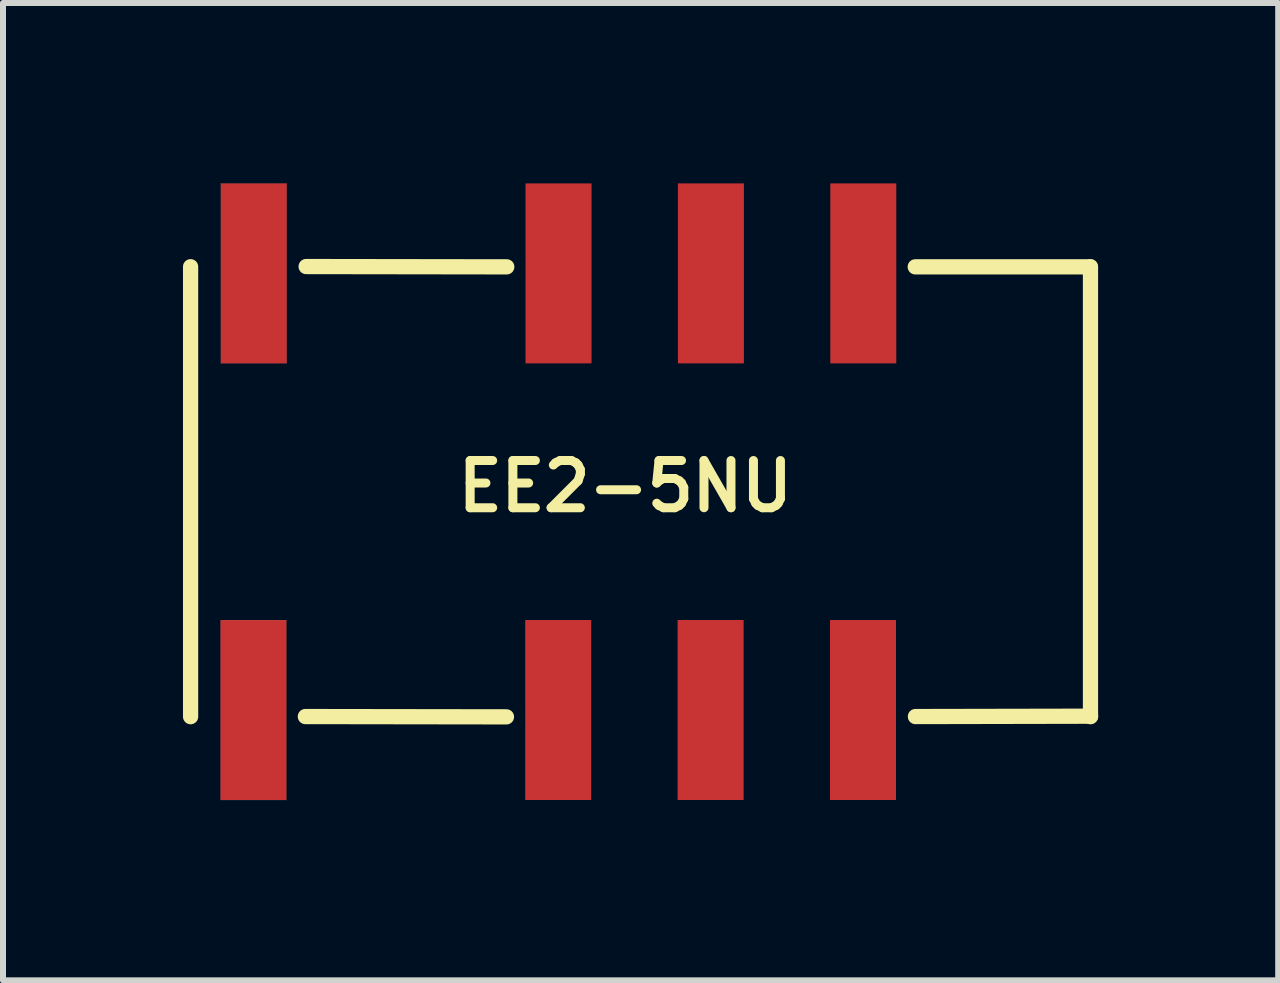
<source format=kicad_pcb>
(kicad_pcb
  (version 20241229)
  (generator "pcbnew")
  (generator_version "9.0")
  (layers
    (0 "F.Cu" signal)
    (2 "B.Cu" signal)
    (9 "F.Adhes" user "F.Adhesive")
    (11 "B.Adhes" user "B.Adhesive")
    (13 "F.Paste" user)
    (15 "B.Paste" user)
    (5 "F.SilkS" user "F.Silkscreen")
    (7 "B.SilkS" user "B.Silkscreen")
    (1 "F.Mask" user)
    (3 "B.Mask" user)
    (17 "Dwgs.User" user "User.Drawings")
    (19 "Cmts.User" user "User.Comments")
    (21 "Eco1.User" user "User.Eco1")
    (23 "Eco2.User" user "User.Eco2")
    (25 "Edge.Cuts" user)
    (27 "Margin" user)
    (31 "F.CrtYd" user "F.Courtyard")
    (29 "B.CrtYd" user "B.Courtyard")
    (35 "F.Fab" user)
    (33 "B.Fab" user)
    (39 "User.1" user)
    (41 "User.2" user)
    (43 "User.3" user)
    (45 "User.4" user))
  (footprint "EE2-5NU"
    (layer "F.Cu")
    (at 7.373 5.057)
    (property "Reference" "EE2-5NU" (at 0 0 0) (layer "F.SilkS") (effects (font (size 0.787 0.787) (thickness 0.15))))
    (attr smd)
    (fp_line (start -7.246 -3.661) (end -7.246 3.839) (stroke (width 0.254) (type solid)) (layer "F.SilkS"))
    (fp_line (start -5.333 3.837) (end -1.981 3.842) (stroke (width 0.254) (type solid)) (layer "F.SilkS"))
    (fp_line (start -5.32 -3.664) (end -1.976 -3.659) (stroke (width 0.254) (type solid)) (layer "F.SilkS"))
    (fp_line (start 7.749 -3.659) (end 4.833 -3.659) (stroke (width 0.254) (type solid)) (layer "F.SilkS"))
    (fp_line (start 7.754 3.839) (end 7.754 -3.661) (stroke (width 0.254) (type solid)) (layer "F.SilkS"))
    (fp_line (start 7.756 3.831) (end 4.836 3.837) (stroke (width 0.254) (type solid)) (layer "F.SilkS"))
    (fp_line (start -6.751 -5.056) (end -6.751 -2.056) (stroke (width 0.001) (type solid)) (layer "F.Fab"))
    (fp_line (start -6.751 -2.056) (end -5.641 -2.056) (stroke (width 0.001) (type solid)) (layer "F.Fab"))
    (fp_line (start -6.751 2.234) (end -6.751 5.234) (stroke (width 0.001) (type solid)) (layer "F.Fab"))
    (fp_line (start -6.751 5.234) (end -5.641 5.234) (stroke (width 0.001) (type solid)) (layer "F.Fab"))
    (fp_line (start -5.641 -5.056) (end -6.751 -5.056) (stroke (width 0.001) (type solid)) (layer "F.Fab"))
    (fp_line (start -5.641 -2.056) (end -5.641 -5.056) (stroke (width 0.001) (type solid)) (layer "F.Fab"))
    (fp_line (start -5.641 2.234) (end -6.751 2.234) (stroke (width 0.001) (type solid)) (layer "F.Fab"))
    (fp_line (start -5.641 5.234) (end -5.641 2.234) (stroke (width 0.001) (type solid)) (layer "F.Fab"))
    (pad "+" smd rect (at -6.198 3.728) (size 1.1 3) (layers "F.Cu" "F.Mask" "F.Paste"))
    (pad "-" smd rect (at -6.193 -3.55) (size 1.1 3) (layers "F.Cu" "F.Mask" "F.Paste"))
    (pad "C1" smd rect (at 1.422 3.728) (size 1.1 3) (layers "F.Cu" "F.Mask" "F.Paste"))
    (pad "C2" smd rect (at 1.427 -3.55) (size 1.1 3) (layers "F.Cu" "F.Mask" "F.Paste"))
    (pad "NC1" smd rect (at -1.118 3.728) (size 1.1 3) (layers "F.Cu" "F.Mask" "F.Paste"))
    (pad "NC2" smd rect (at -1.113 -3.55) (size 1.1 3) (layers "F.Cu" "F.Mask" "F.Paste"))
    (pad "NO1" smd rect (at 3.962 3.728) (size 1.1 3) (layers "F.Cu" "F.Mask" "F.Paste"))
    (pad "NO2" smd rect (at 3.967 -3.55) (size 1.1 3) (layers "F.Cu" "F.Mask" "F.Paste")))
  (gr_rect
    (start -3 -3)
    (end 18.256 13.291)
    (stroke (width 0.1) (type default))
    (fill no)
    (layer "Edge.Cuts")))
</source>
